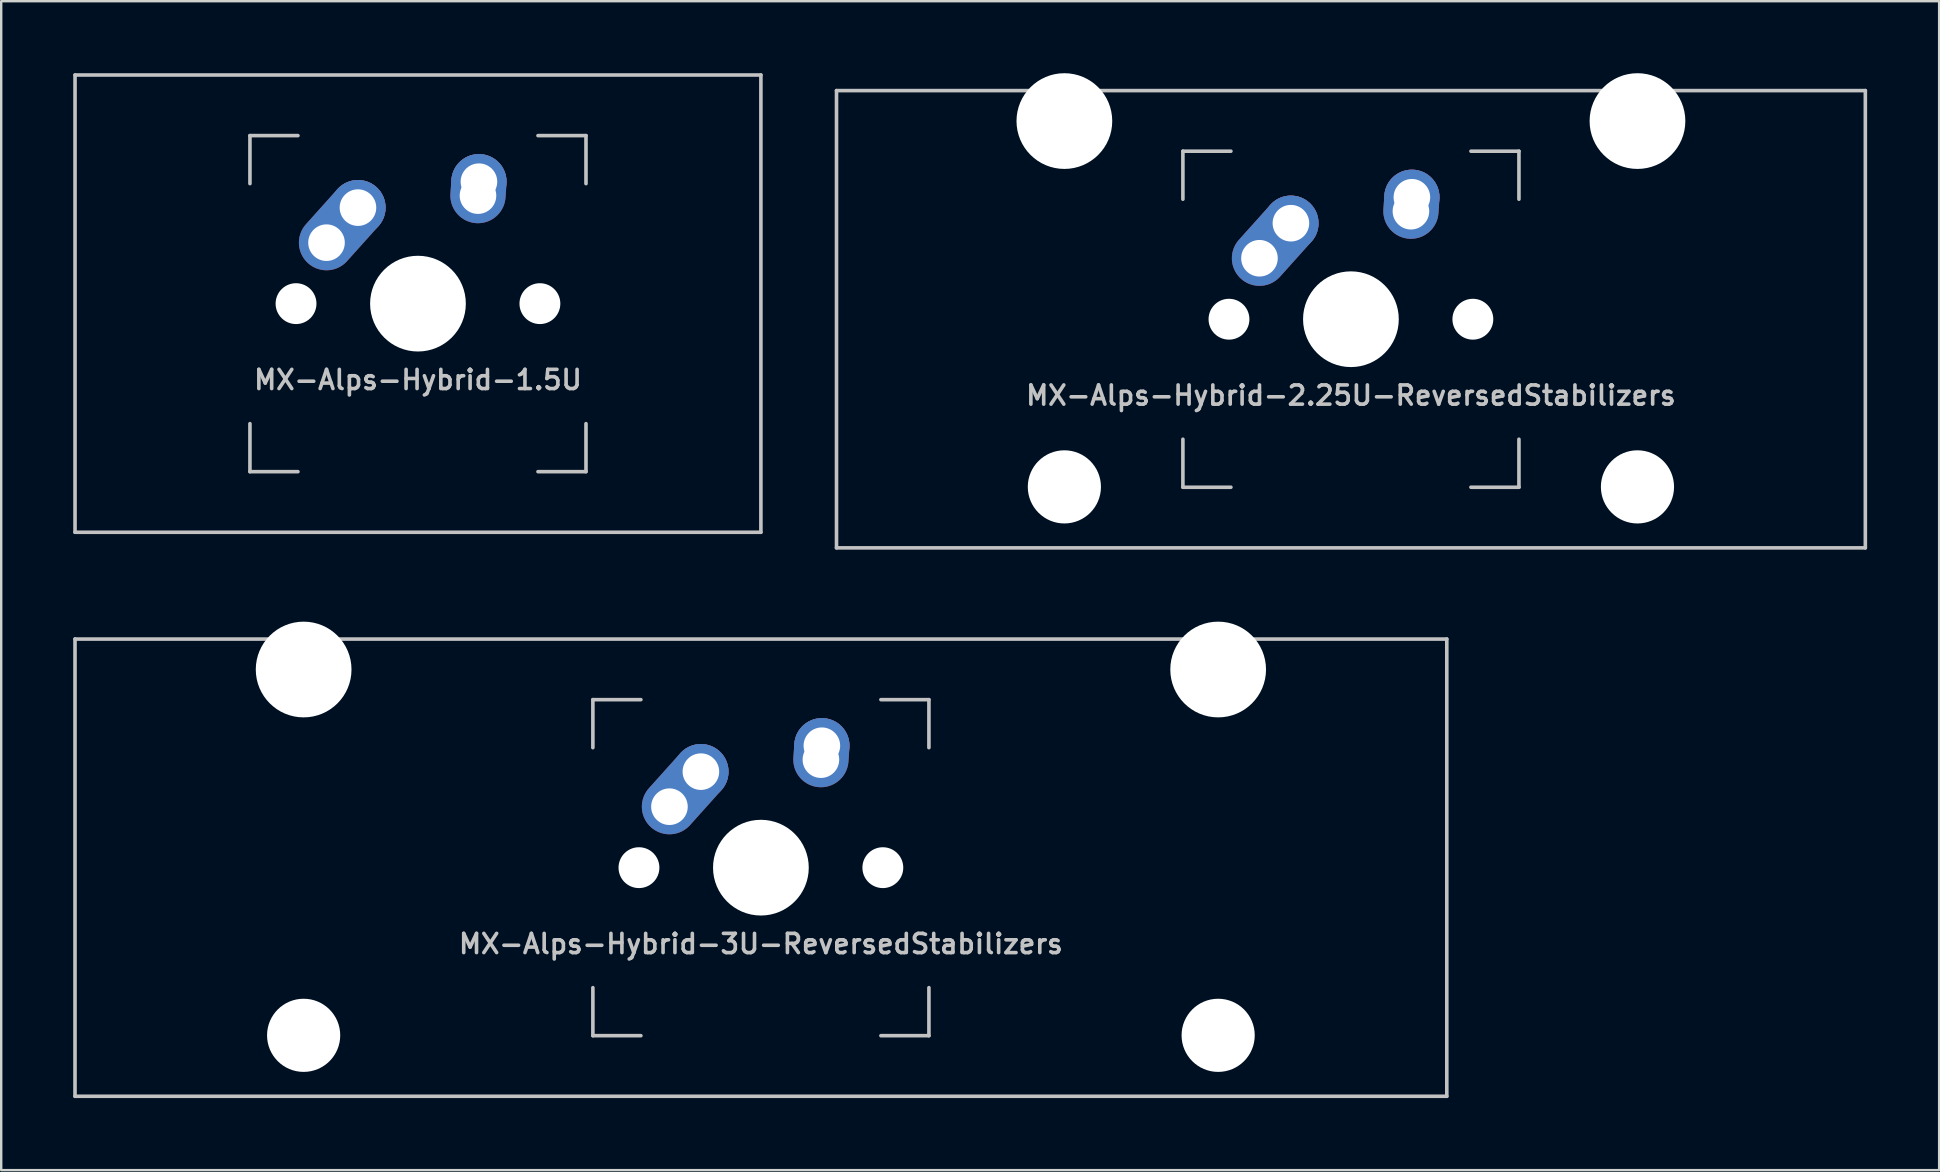
<source format=kicad_pcb>
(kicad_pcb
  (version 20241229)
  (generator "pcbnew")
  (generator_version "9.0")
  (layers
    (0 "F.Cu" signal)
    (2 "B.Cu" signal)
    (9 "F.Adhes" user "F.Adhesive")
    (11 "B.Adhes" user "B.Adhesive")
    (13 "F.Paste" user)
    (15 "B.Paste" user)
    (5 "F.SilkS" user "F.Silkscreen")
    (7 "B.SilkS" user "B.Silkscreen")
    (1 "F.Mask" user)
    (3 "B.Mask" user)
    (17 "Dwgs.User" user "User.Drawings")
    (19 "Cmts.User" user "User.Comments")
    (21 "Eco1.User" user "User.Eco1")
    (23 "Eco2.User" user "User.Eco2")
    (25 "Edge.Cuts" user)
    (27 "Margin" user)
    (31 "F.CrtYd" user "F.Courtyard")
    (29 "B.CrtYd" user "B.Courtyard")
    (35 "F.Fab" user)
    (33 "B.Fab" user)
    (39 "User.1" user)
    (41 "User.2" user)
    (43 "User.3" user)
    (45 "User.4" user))
  (footprint "MX-Alps-Hybrid-2.25U-ReversedStabilizers"
    (layer "F.Cu")
    (at 53.231 10.249)
    (property "Reference" "MX-Alps-Hybrid-2.25U-ReversedStabilizers" (at 0 3.175 0) (layer "Dwgs.User") (effects (font (size 0.8 0.8) (thickness 0.15))))
    (attr through_hole)
    (fp_line (start -21.431 9.525) (end -21.431 -9.525) (stroke (width 0.15) (type solid)) (layer "Dwgs.User"))
    (fp_line (start -7 -7) (end -7 -5) (stroke (width 0.15) (type solid)) (layer "Dwgs.User"))
    (fp_line (start -7 5) (end -7 7) (stroke (width 0.15) (type solid)) (layer "Dwgs.User"))
    (fp_line (start -7 7) (end -5 7) (stroke (width 0.15) (type solid)) (layer "Dwgs.User"))
    (fp_line (start -5 -7) (end -7 -7) (stroke (width 0.15) (type solid)) (layer "Dwgs.User"))
    (fp_line (start 5 -7) (end 7 -7) (stroke (width 0.15) (type solid)) (layer "Dwgs.User"))
    (fp_line (start 5 7) (end 7 7) (stroke (width 0.15) (type solid)) (layer "Dwgs.User"))
    (fp_line (start 7 -7) (end 7 -5) (stroke (width 0.15) (type solid)) (layer "Dwgs.User"))
    (fp_line (start 7 7) (end 7 5) (stroke (width 0.15) (type solid)) (layer "Dwgs.User"))
    (fp_line (start 21.431 -9.525) (end -21.431 -9.525) (stroke (width 0.15) (type solid)) (layer "Dwgs.User"))
    (fp_line (start 21.431 9.525) (end -21.431 9.525) (stroke (width 0.15) (type solid)) (layer "Dwgs.User"))
    (fp_line (start 21.431 9.525) (end 21.431 -9.525) (stroke (width 0.15) (type solid)) (layer "Dwgs.User"))
    (pad "" np_thru_hole circle (at -11.938 -8.255) (size 3.988 3.988) (drill 3.988) (layers "*.Cu" "*.Mask"))
    (pad "" np_thru_hole circle (at -11.938 6.985) (size 3.048 3.048) (drill 3.048) (layers "*.Cu" "*.Mask"))
    (pad "" np_thru_hole circle (at -5.08 0 48.099) (size 1.702 1.702) (drill 1.702) (layers "*.Cu" "*.Mask"))
    (pad "" np_thru_hole circle (at 0 0) (size 3.988 3.988) (drill 3.988) (layers "*.Cu" "*.Mask"))
    (pad "" np_thru_hole circle (at 5.08 0 48.099) (size 1.702 1.702) (drill 1.702) (layers "*.Cu" "*.Mask"))
    (pad "" np_thru_hole circle (at 11.938 -8.255) (size 3.988 3.988) (drill 3.988) (layers "*.Cu" "*.Mask"))
    (pad "" np_thru_hole circle (at 11.938 6.985) (size 3.048 3.048) (drill 3.048) (layers "*.Cu" "*.Mask"))
    (pad "1" thru_hole oval (at -3.81 -2.54 48.099) (size 4.262 2.3) (drill 1.524 (offset 0.981 0)) (layers "*.Cu" "B.Mask"))
    (pad "1" thru_hole circle (at -2.5 -4) (size 2.3 2.3) (drill 1.524) (layers "*.Cu" "B.Mask"))
    (pad "2" thru_hole oval (at 2.5 -4.5 86.054) (size 2.881 2.3) (drill 1.524 (offset 0.291 0)) (layers "*.Cu" "B.Mask"))
    (pad "2" thru_hole circle (at 2.54 -5.08) (size 2.3 2.3) (drill 1.524) (layers "*.Cu" "B.Mask")))
  (footprint "MX-Alps-Hybrid-1.5U"
    (layer "F.Cu")
    (at 14.363 9.6)
    (property "Reference" "MX-Alps-Hybrid-1.5U" (at 0 3.175 0) (layer "Dwgs.User") (effects (font (size 0.8 0.8) (thickness 0.15))))
    (attr through_hole)
    (fp_line (start -14.287 9.525) (end -14.287 -9.525) (stroke (width 0.15) (type solid)) (layer "Dwgs.User"))
    (fp_line (start -7 -7) (end -7 -5) (stroke (width 0.15) (type solid)) (layer "Dwgs.User"))
    (fp_line (start -7 5) (end -7 7) (stroke (width 0.15) (type solid)) (layer "Dwgs.User"))
    (fp_line (start -7 7) (end -5 7) (stroke (width 0.15) (type solid)) (layer "Dwgs.User"))
    (fp_line (start -5 -7) (end -7 -7) (stroke (width 0.15) (type solid)) (layer "Dwgs.User"))
    (fp_line (start 5 -7) (end 7 -7) (stroke (width 0.15) (type solid)) (layer "Dwgs.User"))
    (fp_line (start 5 7) (end 7 7) (stroke (width 0.15) (type solid)) (layer "Dwgs.User"))
    (fp_line (start 7 -7) (end 7 -5) (stroke (width 0.15) (type solid)) (layer "Dwgs.User"))
    (fp_line (start 7 7) (end 7 5) (stroke (width 0.15) (type solid)) (layer "Dwgs.User"))
    (fp_line (start 14.287 -9.525) (end -14.287 -9.525) (stroke (width 0.15) (type solid)) (layer "Dwgs.User"))
    (fp_line (start 14.287 9.525) (end -14.287 9.525) (stroke (width 0.15) (type solid)) (layer "Dwgs.User"))
    (fp_line (start 14.287 9.525) (end 14.287 -9.525) (stroke (width 0.15) (type solid)) (layer "Dwgs.User"))
    (pad "" np_thru_hole circle (at -5.08 0 48.099) (size 1.702 1.702) (drill 1.702) (layers "*.Cu" "*.Mask"))
    (pad "" np_thru_hole circle (at 0 0) (size 3.988 3.988) (drill 3.988) (layers "*.Cu" "*.Mask"))
    (pad "" np_thru_hole circle (at 5.08 0 48.099) (size 1.702 1.702) (drill 1.702) (layers "*.Cu" "*.Mask"))
    (pad "1" thru_hole oval (at -3.81 -2.54 48.099) (size 4.262 2.3) (drill 1.524 (offset 0.981 0)) (layers "*.Cu" "B.Mask"))
    (pad "1" thru_hole circle (at -2.5 -4) (size 2.3 2.3) (drill 1.524) (layers "*.Cu" "B.Mask"))
    (pad "2" thru_hole oval (at 2.5 -4.5 86.054) (size 2.881 2.3) (drill 1.524 (offset 0.291 0)) (layers "*.Cu" "B.Mask"))
    (pad "2" thru_hole circle (at 2.54 -5.08) (size 2.3 2.3) (drill 1.524) (layers "*.Cu" "B.Mask")))
  (footprint "MX-Alps-Hybrid-3U-ReversedStabilizers"
    (layer "F.Cu")
    (at 28.65 33.098)
    (property "Reference" "MX-Alps-Hybrid-3U-ReversedStabilizers" (at 0 3.175 0) (layer "Dwgs.User") (effects (font (size 0.8 0.8) (thickness 0.15))))
    (attr through_hole)
    (fp_line (start -28.575 9.525) (end -28.575 -9.525) (stroke (width 0.15) (type solid)) (layer "Dwgs.User"))
    (fp_line (start -7 -7) (end -7 -5) (stroke (width 0.15) (type solid)) (layer "Dwgs.User"))
    (fp_line (start -7 5) (end -7 7) (stroke (width 0.15) (type solid)) (layer "Dwgs.User"))
    (fp_line (start -7 7) (end -5 7) (stroke (width 0.15) (type solid)) (layer "Dwgs.User"))
    (fp_line (start -5 -7) (end -7 -7) (stroke (width 0.15) (type solid)) (layer "Dwgs.User"))
    (fp_line (start 5 -7) (end 7 -7) (stroke (width 0.15) (type solid)) (layer "Dwgs.User"))
    (fp_line (start 5 7) (end 7 7) (stroke (width 0.15) (type solid)) (layer "Dwgs.User"))
    (fp_line (start 7 -7) (end 7 -5) (stroke (width 0.15) (type solid)) (layer "Dwgs.User"))
    (fp_line (start 7 7) (end 7 5) (stroke (width 0.15) (type solid)) (layer "Dwgs.User"))
    (fp_line (start 28.575 -9.525) (end -28.575 -9.525) (stroke (width 0.15) (type solid)) (layer "Dwgs.User"))
    (fp_line (start 28.575 9.525) (end -28.575 9.525) (stroke (width 0.15) (type solid)) (layer "Dwgs.User"))
    (fp_line (start 28.575 9.525) (end 28.575 -9.525) (stroke (width 0.15) (type solid)) (layer "Dwgs.User"))
    (pad "" np_thru_hole circle (at -19.05 -8.255) (size 3.988 3.988) (drill 3.988) (layers "*.Cu" "*.Mask"))
    (pad "" np_thru_hole circle (at -19.05 6.985) (size 3.048 3.048) (drill 3.048) (layers "*.Cu" "*.Mask"))
    (pad "" np_thru_hole circle (at -5.08 0 48.099) (size 1.702 1.702) (drill 1.702) (layers "*.Cu" "*.Mask"))
    (pad "" np_thru_hole circle (at 0 0) (size 3.988 3.988) (drill 3.988) (layers "*.Cu" "*.Mask"))
    (pad "" np_thru_hole circle (at 5.08 0 48.099) (size 1.702 1.702) (drill 1.702) (layers "*.Cu" "*.Mask"))
    (pad "" np_thru_hole circle (at 19.05 -8.255) (size 3.988 3.988) (drill 3.988) (layers "*.Cu" "*.Mask"))
    (pad "" np_thru_hole circle (at 19.05 6.985) (size 3.048 3.048) (drill 3.048) (layers "*.Cu" "*.Mask"))
    (pad "1" thru_hole oval (at -3.81 -2.54 48.099) (size 4.262 2.3) (drill 1.524 (offset 0.981 0)) (layers "*.Cu" "B.Mask"))
    (pad "1" thru_hole circle (at -2.5 -4) (size 2.3 2.3) (drill 1.524) (layers "*.Cu" "B.Mask"))
    (pad "2" thru_hole oval (at 2.5 -4.5 86.054) (size 2.881 2.3) (drill 1.524 (offset 0.291 0)) (layers "*.Cu" "B.Mask"))
    (pad "2" thru_hole circle (at 2.54 -5.08) (size 2.3 2.3) (drill 1.524) (layers "*.Cu" "B.Mask")))
  (gr_rect
    (start -3 -3)
    (end 77.737 45.698)
    (stroke (width 0.1) (type default))
    (fill no)
    (layer "Edge.Cuts")))
</source>
